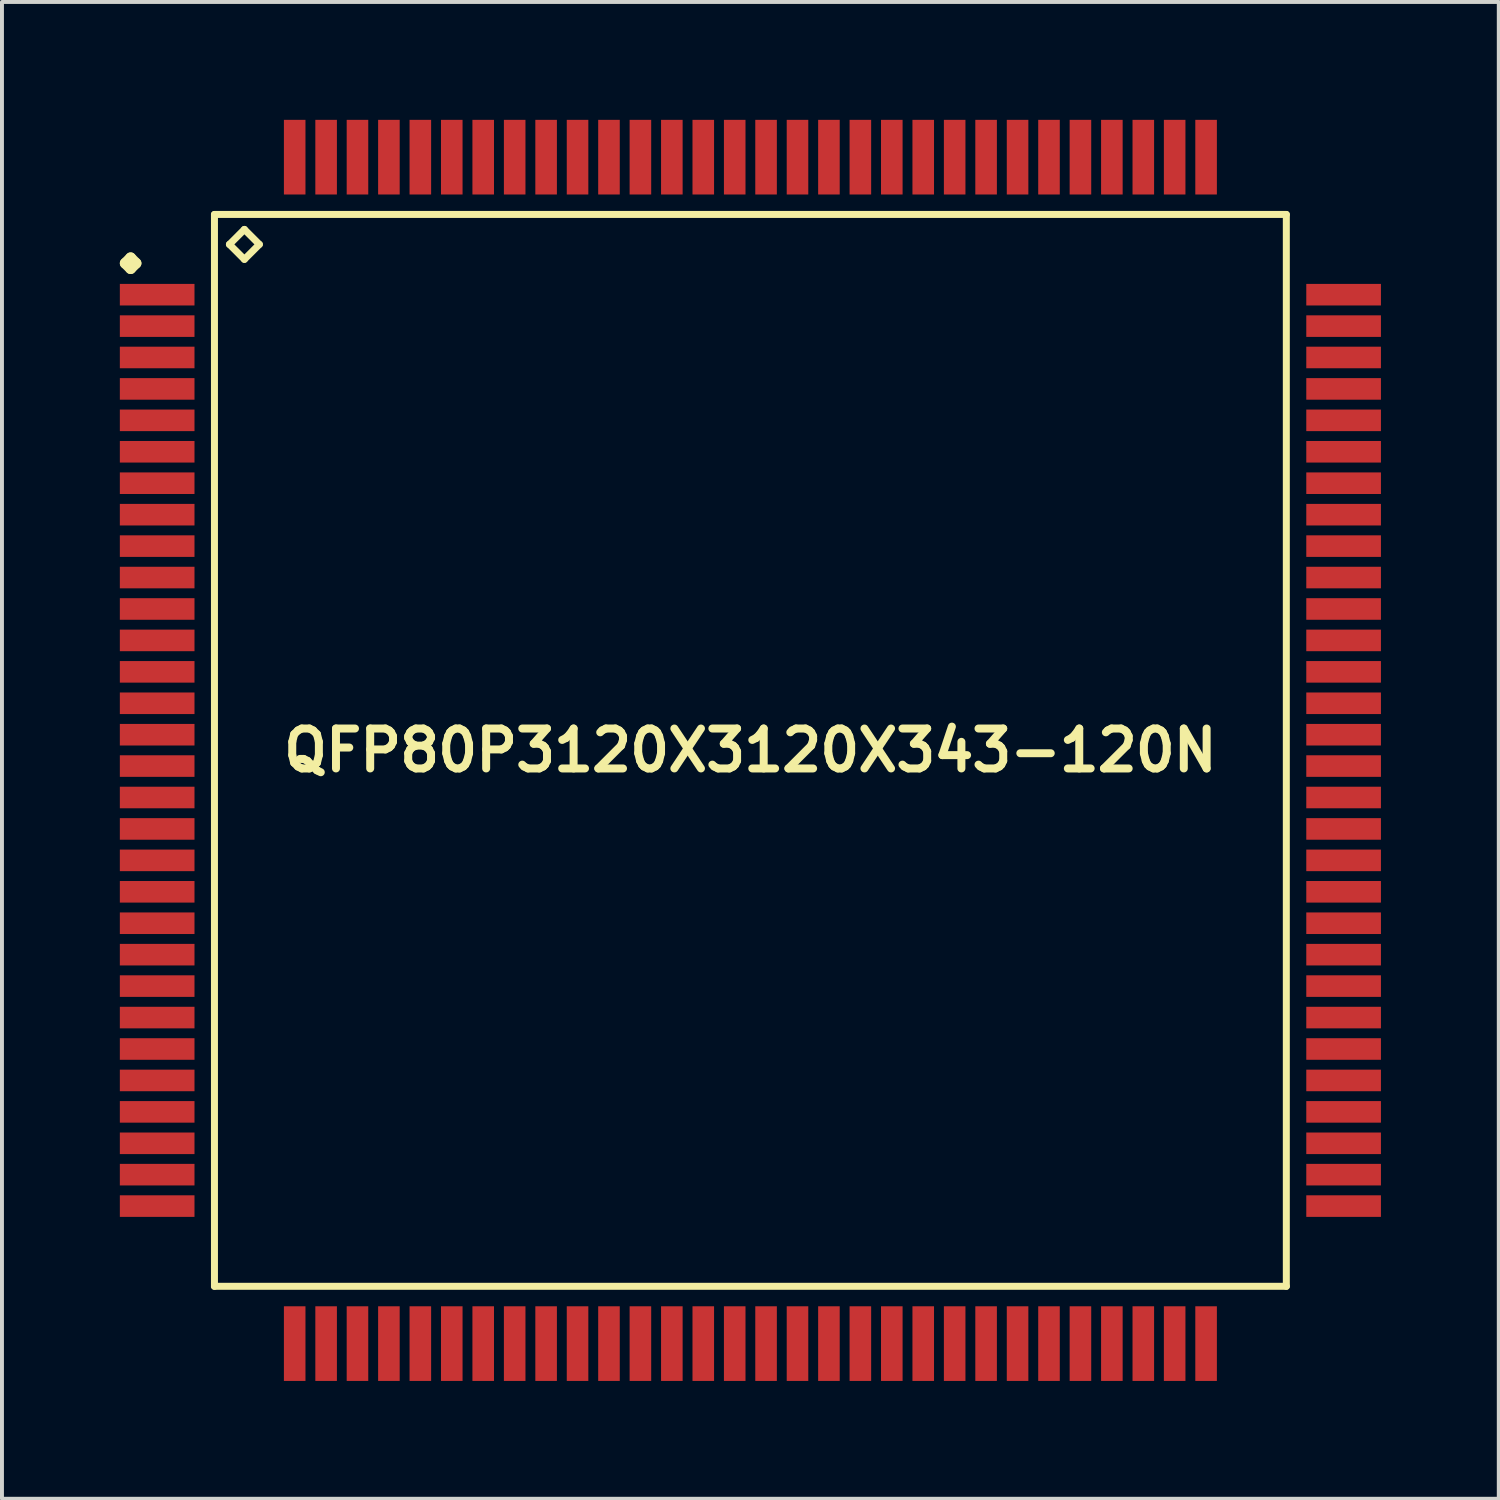
<source format=kicad_pcb>
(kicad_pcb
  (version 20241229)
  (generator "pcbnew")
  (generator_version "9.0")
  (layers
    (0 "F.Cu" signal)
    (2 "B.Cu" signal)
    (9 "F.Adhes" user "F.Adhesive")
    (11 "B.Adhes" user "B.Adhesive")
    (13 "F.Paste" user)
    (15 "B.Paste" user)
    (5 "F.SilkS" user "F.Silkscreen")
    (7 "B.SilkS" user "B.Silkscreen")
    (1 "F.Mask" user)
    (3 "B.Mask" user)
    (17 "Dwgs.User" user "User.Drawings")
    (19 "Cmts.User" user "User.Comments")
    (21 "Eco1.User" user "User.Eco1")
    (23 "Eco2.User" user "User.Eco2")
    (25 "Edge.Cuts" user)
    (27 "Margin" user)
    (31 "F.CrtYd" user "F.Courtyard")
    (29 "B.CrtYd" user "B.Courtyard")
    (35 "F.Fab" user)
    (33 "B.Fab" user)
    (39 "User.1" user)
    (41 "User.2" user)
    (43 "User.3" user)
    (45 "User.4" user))
  (footprint "QFP80P3120X3120X343-120N"
    (layer "F.Cu")
    (at 16.048 16.048)
    (property "Reference" "QFP80P3120X3120X343-120N" (at 0 0 0) (layer "F.SilkS") (effects (font (size 1.016 1.016) (thickness 0.203))))
    (attr smd)
    (fp_line (start -15.911 -12.398) (end -15.773 -12.537) (stroke (width 0.274) (type solid)) (layer "F.SilkS"))
    (fp_line (start -15.773 -12.537) (end -15.636 -12.398) (stroke (width 0.274) (type solid)) (layer "F.SilkS"))
    (fp_line (start -15.773 -12.261) (end -15.911 -12.398) (stroke (width 0.274) (type solid)) (layer "F.SilkS"))
    (fp_line (start -15.636 -12.398) (end -15.773 -12.261) (stroke (width 0.274) (type solid)) (layer "F.SilkS"))
    (fp_line (start -13.64 -13.64) (end -13.64 13.64) (stroke (width 0.178) (type solid)) (layer "F.SilkS"))
    (fp_line (start -13.64 13.64) (end 13.64 13.64) (stroke (width 0.178) (type solid)) (layer "F.SilkS"))
    (fp_line (start -13.259 -12.878) (end -12.878 -13.259) (stroke (width 0.178) (type solid)) (layer "F.SilkS"))
    (fp_line (start -12.878 -13.259) (end -12.497 -12.878) (stroke (width 0.178) (type solid)) (layer "F.SilkS"))
    (fp_line (start -12.878 -12.497) (end -13.259 -12.878) (stroke (width 0.178) (type solid)) (layer "F.SilkS"))
    (fp_line (start -12.497 -12.878) (end -12.878 -12.497) (stroke (width 0.178) (type solid)) (layer "F.SilkS"))
    (fp_line (start 13.64 -13.64) (end -13.64 -13.64) (stroke (width 0.178) (type solid)) (layer "F.SilkS"))
    (fp_line (start 13.64 13.64) (end 13.64 -13.64) (stroke (width 0.178) (type solid)) (layer "F.SilkS"))
    (pad "1" smd rect (at -15.098 -11.598) (size 1.9 0.549) (layers "F.Cu" "F.Mask" "F.Paste"))
    (pad "2" smd rect (at -15.098 -10.798) (size 1.9 0.549) (layers "F.Cu" "F.Mask" "F.Paste"))
    (pad "3" smd rect (at -15.098 -10) (size 1.9 0.549) (layers "F.Cu" "F.Mask" "F.Paste"))
    (pad "4" smd rect (at -15.098 -9.2) (size 1.9 0.549) (layers "F.Cu" "F.Mask" "F.Paste"))
    (pad "5" smd rect (at -15.098 -8.4) (size 1.9 0.549) (layers "F.Cu" "F.Mask" "F.Paste"))
    (pad "6" smd rect (at -15.098 -7.6) (size 1.9 0.549) (layers "F.Cu" "F.Mask" "F.Paste"))
    (pad "7" smd rect (at -15.098 -6.8) (size 1.9 0.549) (layers "F.Cu" "F.Mask" "F.Paste"))
    (pad "8" smd rect (at -15.098 -5.999) (size 1.9 0.549) (layers "F.Cu" "F.Mask" "F.Paste"))
    (pad "9" smd rect (at -15.098 -5.199) (size 1.9 0.549) (layers "F.Cu" "F.Mask" "F.Paste"))
    (pad "10" smd rect (at -15.098 -4.399) (size 1.9 0.549) (layers "F.Cu" "F.Mask" "F.Paste"))
    (pad "11" smd rect (at -15.098 -3.599) (size 1.9 0.549) (layers "F.Cu" "F.Mask" "F.Paste"))
    (pad "12" smd rect (at -15.098 -2.799) (size 1.9 0.549) (layers "F.Cu" "F.Mask" "F.Paste"))
    (pad "13" smd rect (at -15.098 -1.999) (size 1.9 0.549) (layers "F.Cu" "F.Mask" "F.Paste"))
    (pad "14" smd rect (at -15.098 -1.199) (size 1.9 0.549) (layers "F.Cu" "F.Mask" "F.Paste"))
    (pad "15" smd rect (at -15.098 -0.399) (size 1.9 0.549) (layers "F.Cu" "F.Mask" "F.Paste"))
    (pad "16" smd rect (at -15.098 0.399) (size 1.9 0.549) (layers "F.Cu" "F.Mask" "F.Paste"))
    (pad "17" smd rect (at -15.098 1.199) (size 1.9 0.549) (layers "F.Cu" "F.Mask" "F.Paste"))
    (pad "18" smd rect (at -15.098 1.999) (size 1.9 0.549) (layers "F.Cu" "F.Mask" "F.Paste"))
    (pad "19" smd rect (at -15.098 2.799) (size 1.9 0.549) (layers "F.Cu" "F.Mask" "F.Paste"))
    (pad "20" smd rect (at -15.098 3.599) (size 1.9 0.549) (layers "F.Cu" "F.Mask" "F.Paste"))
    (pad "21" smd rect (at -15.098 4.399) (size 1.9 0.549) (layers "F.Cu" "F.Mask" "F.Paste"))
    (pad "22" smd rect (at -15.098 5.199) (size 1.9 0.549) (layers "F.Cu" "F.Mask" "F.Paste"))
    (pad "23" smd rect (at -15.098 5.999) (size 1.9 0.549) (layers "F.Cu" "F.Mask" "F.Paste"))
    (pad "24" smd rect (at -15.098 6.8) (size 1.9 0.549) (layers "F.Cu" "F.Mask" "F.Paste"))
    (pad "25" smd rect (at -15.098 7.6) (size 1.9 0.549) (layers "F.Cu" "F.Mask" "F.Paste"))
    (pad "26" smd rect (at -15.098 8.4) (size 1.9 0.549) (layers "F.Cu" "F.Mask" "F.Paste"))
    (pad "27" smd rect (at -15.098 9.2) (size 1.9 0.549) (layers "F.Cu" "F.Mask" "F.Paste"))
    (pad "28" smd rect (at -15.098 10) (size 1.9 0.549) (layers "F.Cu" "F.Mask" "F.Paste"))
    (pad "29" smd rect (at -15.098 10.798) (size 1.9 0.549) (layers "F.Cu" "F.Mask" "F.Paste"))
    (pad "30" smd rect (at -15.098 11.598) (size 1.9 0.549) (layers "F.Cu" "F.Mask" "F.Paste"))
    (pad "31" smd rect (at -11.598 15.098) (size 0.549 1.9) (layers "F.Cu" "F.Mask" "F.Paste"))
    (pad "32" smd rect (at -10.798 15.098) (size 0.549 1.9) (layers "F.Cu" "F.Mask" "F.Paste"))
    (pad "33" smd rect (at -10 15.098) (size 0.549 1.9) (layers "F.Cu" "F.Mask" "F.Paste"))
    (pad "34" smd rect (at -9.2 15.098) (size 0.549 1.9) (layers "F.Cu" "F.Mask" "F.Paste"))
    (pad "35" smd rect (at -8.4 15.098) (size 0.549 1.9) (layers "F.Cu" "F.Mask" "F.Paste"))
    (pad "36" smd rect (at -7.6 15.098) (size 0.549 1.9) (layers "F.Cu" "F.Mask" "F.Paste"))
    (pad "37" smd rect (at -6.8 15.098) (size 0.549 1.9) (layers "F.Cu" "F.Mask" "F.Paste"))
    (pad "38" smd rect (at -5.999 15.098) (size 0.549 1.9) (layers "F.Cu" "F.Mask" "F.Paste"))
    (pad "39" smd rect (at -5.199 15.098) (size 0.549 1.9) (layers "F.Cu" "F.Mask" "F.Paste"))
    (pad "40" smd rect (at -4.399 15.098) (size 0.549 1.9) (layers "F.Cu" "F.Mask" "F.Paste"))
    (pad "41" smd rect (at -3.599 15.098) (size 0.549 1.9) (layers "F.Cu" "F.Mask" "F.Paste"))
    (pad "42" smd rect (at -2.799 15.098) (size 0.549 1.9) (layers "F.Cu" "F.Mask" "F.Paste"))
    (pad "43" smd rect (at -1.999 15.098) (size 0.549 1.9) (layers "F.Cu" "F.Mask" "F.Paste"))
    (pad "44" smd rect (at -1.199 15.098) (size 0.549 1.9) (layers "F.Cu" "F.Mask" "F.Paste"))
    (pad "45" smd rect (at -0.399 15.098) (size 0.549 1.9) (layers "F.Cu" "F.Mask" "F.Paste"))
    (pad "46" smd rect (at 0.399 15.098) (size 0.549 1.9) (layers "F.Cu" "F.Mask" "F.Paste"))
    (pad "47" smd rect (at 1.199 15.098) (size 0.549 1.9) (layers "F.Cu" "F.Mask" "F.Paste"))
    (pad "48" smd rect (at 1.999 15.098) (size 0.549 1.9) (layers "F.Cu" "F.Mask" "F.Paste"))
    (pad "49" smd rect (at 2.799 15.098) (size 0.549 1.9) (layers "F.Cu" "F.Mask" "F.Paste"))
    (pad "50" smd rect (at 3.599 15.098) (size 0.549 1.9) (layers "F.Cu" "F.Mask" "F.Paste"))
    (pad "51" smd rect (at 4.399 15.098) (size 0.549 1.9) (layers "F.Cu" "F.Mask" "F.Paste"))
    (pad "52" smd rect (at 5.199 15.098) (size 0.549 1.9) (layers "F.Cu" "F.Mask" "F.Paste"))
    (pad "53" smd rect (at 5.999 15.098) (size 0.549 1.9) (layers "F.Cu" "F.Mask" "F.Paste"))
    (pad "54" smd rect (at 6.8 15.098) (size 0.549 1.9) (layers "F.Cu" "F.Mask" "F.Paste"))
    (pad "55" smd rect (at 7.6 15.098) (size 0.549 1.9) (layers "F.Cu" "F.Mask" "F.Paste"))
    (pad "56" smd rect (at 8.4 15.098) (size 0.549 1.9) (layers "F.Cu" "F.Mask" "F.Paste"))
    (pad "57" smd rect (at 9.2 15.098) (size 0.549 1.9) (layers "F.Cu" "F.Mask" "F.Paste"))
    (pad "58" smd rect (at 10 15.098) (size 0.549 1.9) (layers "F.Cu" "F.Mask" "F.Paste"))
    (pad "59" smd rect (at 10.798 15.098) (size 0.549 1.9) (layers "F.Cu" "F.Mask" "F.Paste"))
    (pad "60" smd rect (at 11.598 15.098) (size 0.549 1.9) (layers "F.Cu" "F.Mask" "F.Paste"))
    (pad "61" smd rect (at 15.098 11.598) (size 1.9 0.549) (layers "F.Cu" "F.Mask" "F.Paste"))
    (pad "62" smd rect (at 15.098 10.798) (size 1.9 0.549) (layers "F.Cu" "F.Mask" "F.Paste"))
    (pad "63" smd rect (at 15.098 10) (size 1.9 0.549) (layers "F.Cu" "F.Mask" "F.Paste"))
    (pad "64" smd rect (at 15.098 9.2) (size 1.9 0.549) (layers "F.Cu" "F.Mask" "F.Paste"))
    (pad "65" smd rect (at 15.098 8.4) (size 1.9 0.549) (layers "F.Cu" "F.Mask" "F.Paste"))
    (pad "66" smd rect (at 15.098 7.6) (size 1.9 0.549) (layers "F.Cu" "F.Mask" "F.Paste"))
    (pad "67" smd rect (at 15.098 6.8) (size 1.9 0.549) (layers "F.Cu" "F.Mask" "F.Paste"))
    (pad "68" smd rect (at 15.098 5.999) (size 1.9 0.549) (layers "F.Cu" "F.Mask" "F.Paste"))
    (pad "69" smd rect (at 15.098 5.199) (size 1.9 0.549) (layers "F.Cu" "F.Mask" "F.Paste"))
    (pad "70" smd rect (at 15.098 4.399) (size 1.9 0.549) (layers "F.Cu" "F.Mask" "F.Paste"))
    (pad "71" smd rect (at 15.098 3.599) (size 1.9 0.549) (layers "F.Cu" "F.Mask" "F.Paste"))
    (pad "72" smd rect (at 15.098 2.799) (size 1.9 0.549) (layers "F.Cu" "F.Mask" "F.Paste"))
    (pad "73" smd rect (at 15.098 1.999) (size 1.9 0.549) (layers "F.Cu" "F.Mask" "F.Paste"))
    (pad "74" smd rect (at 15.098 1.199) (size 1.9 0.549) (layers "F.Cu" "F.Mask" "F.Paste"))
    (pad "75" smd rect (at 15.098 0.399) (size 1.9 0.549) (layers "F.Cu" "F.Mask" "F.Paste"))
    (pad "76" smd rect (at 15.098 -0.399) (size 1.9 0.549) (layers "F.Cu" "F.Mask" "F.Paste"))
    (pad "77" smd rect (at 15.098 -1.199) (size 1.9 0.549) (layers "F.Cu" "F.Mask" "F.Paste"))
    (pad "78" smd rect (at 15.098 -1.999) (size 1.9 0.549) (layers "F.Cu" "F.Mask" "F.Paste"))
    (pad "79" smd rect (at 15.098 -2.799) (size 1.9 0.549) (layers "F.Cu" "F.Mask" "F.Paste"))
    (pad "80" smd rect (at 15.098 -3.599) (size 1.9 0.549) (layers "F.Cu" "F.Mask" "F.Paste"))
    (pad "81" smd rect (at 15.098 -4.399) (size 1.9 0.549) (layers "F.Cu" "F.Mask" "F.Paste"))
    (pad "82" smd rect (at 15.098 -5.199) (size 1.9 0.549) (layers "F.Cu" "F.Mask" "F.Paste"))
    (pad "83" smd rect (at 15.098 -5.999) (size 1.9 0.549) (layers "F.Cu" "F.Mask" "F.Paste"))
    (pad "84" smd rect (at 15.098 -6.8) (size 1.9 0.549) (layers "F.Cu" "F.Mask" "F.Paste"))
    (pad "85" smd rect (at 15.098 -7.6) (size 1.9 0.549) (layers "F.Cu" "F.Mask" "F.Paste"))
    (pad "86" smd rect (at 15.098 -8.4) (size 1.9 0.549) (layers "F.Cu" "F.Mask" "F.Paste"))
    (pad "87" smd rect (at 15.098 -9.2) (size 1.9 0.549) (layers "F.Cu" "F.Mask" "F.Paste"))
    (pad "88" smd rect (at 15.098 -10) (size 1.9 0.549) (layers "F.Cu" "F.Mask" "F.Paste"))
    (pad "89" smd rect (at 15.098 -10.798) (size 1.9 0.549) (layers "F.Cu" "F.Mask" "F.Paste"))
    (pad "90" smd rect (at 15.098 -11.598) (size 1.9 0.549) (layers "F.Cu" "F.Mask" "F.Paste"))
    (pad "91" smd rect (at 11.598 -15.098) (size 0.549 1.9) (layers "F.Cu" "F.Mask" "F.Paste"))
    (pad "92" smd rect (at 10.798 -15.098) (size 0.549 1.9) (layers "F.Cu" "F.Mask" "F.Paste"))
    (pad "93" smd rect (at 10 -15.098) (size 0.549 1.9) (layers "F.Cu" "F.Mask" "F.Paste"))
    (pad "94" smd rect (at 9.2 -15.098) (size 0.549 1.9) (layers "F.Cu" "F.Mask" "F.Paste"))
    (pad "95" smd rect (at 8.4 -15.098) (size 0.549 1.9) (layers "F.Cu" "F.Mask" "F.Paste"))
    (pad "96" smd rect (at 7.6 -15.098) (size 0.549 1.9) (layers "F.Cu" "F.Mask" "F.Paste"))
    (pad "97" smd rect (at 6.8 -15.098) (size 0.549 1.9) (layers "F.Cu" "F.Mask" "F.Paste"))
    (pad "98" smd rect (at 5.999 -15.098) (size 0.549 1.9) (layers "F.Cu" "F.Mask" "F.Paste"))
    (pad "99" smd rect (at 5.199 -15.098) (size 0.549 1.9) (layers "F.Cu" "F.Mask" "F.Paste"))
    (pad "100" smd rect (at 4.399 -15.098) (size 0.549 1.9) (layers "F.Cu" "F.Mask" "F.Paste"))
    (pad "101" smd rect (at 3.599 -15.098) (size 0.549 1.9) (layers "F.Cu" "F.Mask" "F.Paste"))
    (pad "102" smd rect (at 2.799 -15.098) (size 0.549 1.9) (layers "F.Cu" "F.Mask" "F.Paste"))
    (pad "103" smd rect (at 1.999 -15.098) (size 0.549 1.9) (layers "F.Cu" "F.Mask" "F.Paste"))
    (pad "104" smd rect (at 1.199 -15.098) (size 0.549 1.9) (layers "F.Cu" "F.Mask" "F.Paste"))
    (pad "105" smd rect (at 0.399 -15.098) (size 0.549 1.9) (layers "F.Cu" "F.Mask" "F.Paste"))
    (pad "106" smd rect (at -0.399 -15.098) (size 0.549 1.9) (layers "F.Cu" "F.Mask" "F.Paste"))
    (pad "107" smd rect (at -1.199 -15.098) (size 0.549 1.9) (layers "F.Cu" "F.Mask" "F.Paste"))
    (pad "108" smd rect (at -1.999 -15.098) (size 0.549 1.9) (layers "F.Cu" "F.Mask" "F.Paste"))
    (pad "109" smd rect (at -2.799 -15.098) (size 0.549 1.9) (layers "F.Cu" "F.Mask" "F.Paste"))
    (pad "110" smd rect (at -3.599 -15.098) (size 0.549 1.9) (layers "F.Cu" "F.Mask" "F.Paste"))
    (pad "111" smd rect (at -4.399 -15.098) (size 0.549 1.9) (layers "F.Cu" "F.Mask" "F.Paste"))
    (pad "112" smd rect (at -5.199 -15.098) (size 0.549 1.9) (layers "F.Cu" "F.Mask" "F.Paste"))
    (pad "113" smd rect (at -5.999 -15.098) (size 0.549 1.9) (layers "F.Cu" "F.Mask" "F.Paste"))
    (pad "114" smd rect (at -6.8 -15.098) (size 0.549 1.9) (layers "F.Cu" "F.Mask" "F.Paste"))
    (pad "115" smd rect (at -7.6 -15.098) (size 0.549 1.9) (layers "F.Cu" "F.Mask" "F.Paste"))
    (pad "116" smd rect (at -8.4 -15.098) (size 0.549 1.9) (layers "F.Cu" "F.Mask" "F.Paste"))
    (pad "117" smd rect (at -9.2 -15.098) (size 0.549 1.9) (layers "F.Cu" "F.Mask" "F.Paste"))
    (pad "118" smd rect (at -10 -15.098) (size 0.549 1.9) (layers "F.Cu" "F.Mask" "F.Paste"))
    (pad "119" smd rect (at -10.798 -15.098) (size 0.549 1.9) (layers "F.Cu" "F.Mask" "F.Paste"))
    (pad "120" smd rect (at -11.598 -15.098) (size 0.549 1.9) (layers "F.Cu" "F.Mask" "F.Paste")))
  (gr_rect
    (start -3 -3)
    (end 35.095 35.095)
    (stroke (width 0.1) (type default))
    (fill no)
    (layer "Edge.Cuts")))
</source>
